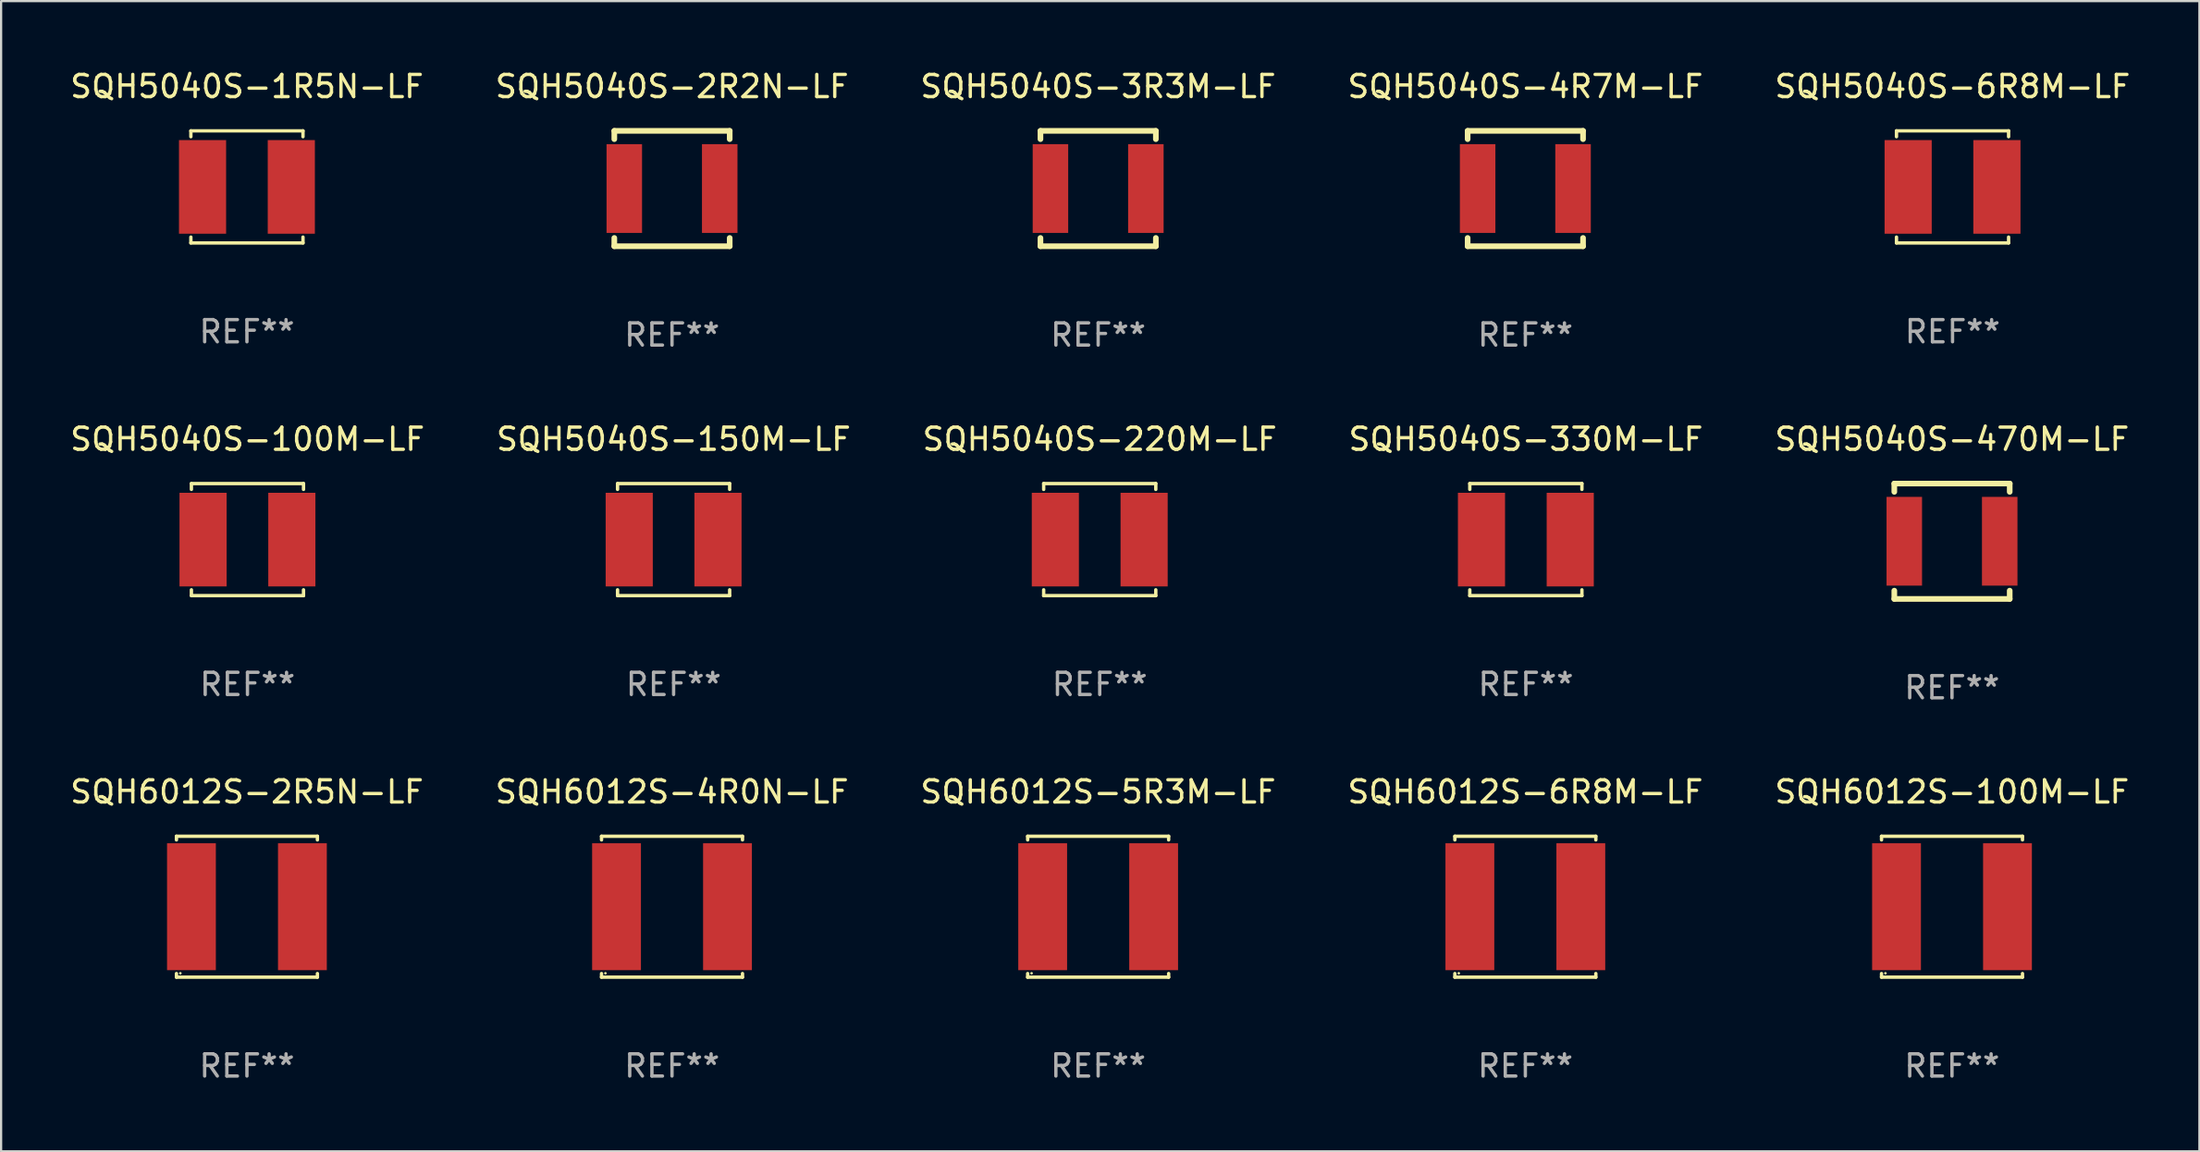
<source format=kicad_pcb>
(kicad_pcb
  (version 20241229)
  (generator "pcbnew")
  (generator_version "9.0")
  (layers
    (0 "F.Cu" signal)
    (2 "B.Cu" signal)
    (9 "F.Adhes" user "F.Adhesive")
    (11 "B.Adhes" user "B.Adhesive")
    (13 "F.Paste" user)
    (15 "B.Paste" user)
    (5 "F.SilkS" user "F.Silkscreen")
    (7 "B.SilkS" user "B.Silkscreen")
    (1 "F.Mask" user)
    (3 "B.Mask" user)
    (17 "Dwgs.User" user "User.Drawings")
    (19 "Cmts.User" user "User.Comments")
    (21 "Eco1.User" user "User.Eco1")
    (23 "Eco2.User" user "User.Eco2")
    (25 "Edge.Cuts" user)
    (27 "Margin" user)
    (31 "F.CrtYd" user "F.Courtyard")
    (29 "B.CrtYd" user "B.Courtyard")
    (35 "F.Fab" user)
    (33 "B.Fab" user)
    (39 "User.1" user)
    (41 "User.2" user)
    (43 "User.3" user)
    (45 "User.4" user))
  (footprint "SQH6012S-2R5N-LF"
    (layer "F.Cu")
    (at 8.077 37.817)
    (property "Reference" "SQH6012S-2R5N-LF" (at 0 -5.176 0) (layer "F.SilkS") (effects (font (size 1 1) (thickness 0.15))))
    (attr through_hole)
    (fp_line (start -3.176 -3.176) (end 3.176 -3.176) (stroke (width 0.152) (type solid)) (layer "F.SilkS"))
    (fp_line (start -3.176 -3.012) (end -3.176 -3.176) (stroke (width 0.152) (type solid)) (layer "F.SilkS"))
    (fp_line (start -3.176 3.012) (end -3.176 3.176) (stroke (width 0.152) (type solid)) (layer "F.SilkS"))
    (fp_line (start -3.176 3.176) (end 3.176 3.176) (stroke (width 0.152) (type solid)) (layer "F.SilkS"))
    (fp_line (start 3.176 -3.176) (end 3.176 -3.012) (stroke (width 0.152) (type solid)) (layer "F.SilkS"))
    (fp_line (start 3.176 3.176) (end 3.176 3.012) (stroke (width 0.152) (type solid)) (layer "F.SilkS"))
    (fp_circle (center -3 3) (end -2.97 3) (stroke (width 0.06) (type solid)) (fill no) (layer "F.SilkS"))
    (fp_text user "REF**" (at 0 7.176 0) (layer "F.Fab") (effects (font (size 1 1) (thickness 0.15))))
    (pad "1" smd rect (at -2.5 0) (size 2.2 5.72) (layers "F.Cu" "F.Mask" "F.Paste"))
    (pad "2" smd rect (at 2.5 0) (size 2.2 5.72) (layers "F.Cu" "F.Mask" "F.Paste")))
  (footprint "SQH5040S-330M-LF"
    (layer "F.Cu")
    (at 65.708 21.271)
    (property "Reference" "SQH5040S-330M-LF" (at 0 -4.526 0) (layer "F.SilkS") (effects (font (size 1 1) (thickness 0.15))))
    (attr through_hole)
    (fp_line (start -2.526 -2.526) (end 2.526 -2.526) (stroke (width 0.152) (type solid)) (layer "F.SilkS"))
    (fp_line (start -2.526 -2.262) (end -2.526 -2.526) (stroke (width 0.152) (type solid)) (layer "F.SilkS"))
    (fp_line (start -2.526 2.262) (end -2.526 2.526) (stroke (width 0.152) (type solid)) (layer "F.SilkS"))
    (fp_line (start -2.526 2.526) (end 2.526 2.526) (stroke (width 0.152) (type solid)) (layer "F.SilkS"))
    (fp_line (start 2.526 -2.526) (end 2.526 -2.262) (stroke (width 0.152) (type solid)) (layer "F.SilkS"))
    (fp_line (start 2.526 2.526) (end 2.526 2.262) (stroke (width 0.152) (type solid)) (layer "F.SilkS"))
    (fp_circle (center 2.5 -2.5) (end 2.53 -2.5) (stroke (width 0.06) (type solid)) (fill no) (layer "F.SilkS"))
    (fp_text user "REF**" (at 0 6.526 0) (layer "F.Fab") (effects (font (size 1 1) (thickness 0.15))))
    (pad "1" smd rect (at 2 0) (size 2.124 4.22) (layers "F.Cu" "F.Mask" "F.Paste"))
    (pad "2" smd rect (at -2 0) (size 2.124 4.22) (layers "F.Cu" "F.Mask" "F.Paste")))
  (footprint "SQH5040S-4R7M-LF"
    (layer "F.Cu")
    (at 65.685 5.448)
    (property "Reference" "SQH5040S-4R7M-LF" (at 0 -4.6 0) (layer "F.SilkS") (effects (font (size 1 1) (thickness 0.15))))
    (attr through_hole)
    (fp_line (start -2.6 -2.6) (end -2.6 -2.226) (stroke (width 0.254) (type solid)) (layer "F.SilkS"))
    (fp_line (start -2.6 -2.6) (end 2.6 -2.6) (stroke (width 0.254) (type solid)) (layer "F.SilkS"))
    (fp_line (start -2.6 2.226) (end -2.6 2.6) (stroke (width 0.254) (type solid)) (layer "F.SilkS"))
    (fp_line (start -2.6 2.6) (end 2.6 2.6) (stroke (width 0.254) (type solid)) (layer "F.SilkS"))
    (fp_line (start 2.6 -2.226) (end 2.6 -2.6) (stroke (width 0.254) (type solid)) (layer "F.SilkS"))
    (fp_line (start 2.6 2.6) (end 2.6 2.226) (stroke (width 0.254) (type solid)) (layer "F.SilkS"))
    (fp_circle (center -2.61 -2.604) (end -2.58 -2.604) (stroke (width 0.06) (type solid)) (fill no) (layer "F.SilkS"))
    (fp_text user "REF**" (at 0 6.6 0) (layer "F.Fab") (effects (font (size 1 1) (thickness 0.15))))
    (pad "1" smd rect (at -2.15 0) (size 1.6 4) (layers "F.Cu" "F.Mask" "F.Paste"))
    (pad "2" smd rect (at 2.15 0) (size 1.6 4) (layers "F.Cu" "F.Mask" "F.Paste")))
  (footprint "SQH5040S-3R3M-LF"
    (layer "F.Cu")
    (at 46.435 5.448)
    (property "Reference" "SQH5040S-3R3M-LF" (at 0 -4.6 0) (layer "F.SilkS") (effects (font (size 1 1) (thickness 0.15))))
    (attr through_hole)
    (fp_line (start -2.6 -2.6) (end -2.6 -2.226) (stroke (width 0.254) (type solid)) (layer "F.SilkS"))
    (fp_line (start -2.6 -2.6) (end 2.6 -2.6) (stroke (width 0.254) (type solid)) (layer "F.SilkS"))
    (fp_line (start -2.6 2.226) (end -2.6 2.6) (stroke (width 0.254) (type solid)) (layer "F.SilkS"))
    (fp_line (start -2.6 2.6) (end 2.6 2.6) (stroke (width 0.254) (type solid)) (layer "F.SilkS"))
    (fp_line (start 2.6 -2.226) (end 2.6 -2.6) (stroke (width 0.254) (type solid)) (layer "F.SilkS"))
    (fp_line (start 2.6 2.6) (end 2.6 2.226) (stroke (width 0.254) (type solid)) (layer "F.SilkS"))
    (fp_circle (center -2.61 -2.604) (end -2.58 -2.604) (stroke (width 0.06) (type solid)) (fill no) (layer "F.SilkS"))
    (fp_text user "REF**" (at 0 6.6 0) (layer "F.Fab") (effects (font (size 1 1) (thickness 0.15))))
    (pad "1" smd rect (at -2.15 0) (size 1.6 4) (layers "F.Cu" "F.Mask" "F.Paste"))
    (pad "2" smd rect (at 2.15 0) (size 1.6 4) (layers "F.Cu" "F.Mask" "F.Paste")))
  (footprint "SQH6012S-6R8M-LF"
    (layer "F.Cu")
    (at 65.685 37.817)
    (property "Reference" "SQH6012S-6R8M-LF" (at 0 -5.176 0) (layer "F.SilkS") (effects (font (size 1 1) (thickness 0.15))))
    (attr through_hole)
    (fp_line (start -3.176 -3.176) (end 3.176 -3.176) (stroke (width 0.152) (type solid)) (layer "F.SilkS"))
    (fp_line (start -3.176 -3.012) (end -3.176 -3.176) (stroke (width 0.152) (type solid)) (layer "F.SilkS"))
    (fp_line (start -3.176 3.012) (end -3.176 3.176) (stroke (width 0.152) (type solid)) (layer "F.SilkS"))
    (fp_line (start -3.176 3.176) (end 3.176 3.176) (stroke (width 0.152) (type solid)) (layer "F.SilkS"))
    (fp_line (start 3.176 -3.176) (end 3.176 -3.012) (stroke (width 0.152) (type solid)) (layer "F.SilkS"))
    (fp_line (start 3.176 3.176) (end 3.176 3.012) (stroke (width 0.152) (type solid)) (layer "F.SilkS"))
    (fp_circle (center -3 3) (end -2.97 3) (stroke (width 0.06) (type solid)) (fill no) (layer "F.SilkS"))
    (fp_text user "REF**" (at 0 7.176 0) (layer "F.Fab") (effects (font (size 1 1) (thickness 0.15))))
    (pad "1" smd rect (at -2.5 0) (size 2.2 5.72) (layers "F.Cu" "F.Mask" "F.Paste"))
    (pad "2" smd rect (at 2.5 0) (size 2.2 5.72) (layers "F.Cu" "F.Mask" "F.Paste")))
  (footprint "SQH5040S-470M-LF"
    (layer "F.Cu")
    (at 84.911 21.345)
    (property "Reference" "SQH5040S-470M-LF" (at 0 -4.6 0) (layer "F.SilkS") (effects (font (size 1 1) (thickness 0.15))))
    (attr through_hole)
    (fp_line (start -2.6 -2.6) (end -2.6 -2.226) (stroke (width 0.254) (type solid)) (layer "F.SilkS"))
    (fp_line (start -2.6 -2.6) (end 2.6 -2.6) (stroke (width 0.254) (type solid)) (layer "F.SilkS"))
    (fp_line (start -2.6 2.226) (end -2.6 2.6) (stroke (width 0.254) (type solid)) (layer "F.SilkS"))
    (fp_line (start -2.6 2.6) (end 2.6 2.6) (stroke (width 0.254) (type solid)) (layer "F.SilkS"))
    (fp_line (start 2.6 -2.226) (end 2.6 -2.6) (stroke (width 0.254) (type solid)) (layer "F.SilkS"))
    (fp_line (start 2.6 2.6) (end 2.6 2.226) (stroke (width 0.254) (type solid)) (layer "F.SilkS"))
    (fp_circle (center -2.61 -2.604) (end -2.58 -2.604) (stroke (width 0.06) (type solid)) (fill no) (layer "F.SilkS"))
    (fp_text user "REF**" (at 0 6.6 0) (layer "F.Fab") (effects (font (size 1 1) (thickness 0.15))))
    (pad "1" smd rect (at -2.15 0) (size 1.6 4) (layers "F.Cu" "F.Mask" "F.Paste"))
    (pad "2" smd rect (at 2.15 0) (size 1.6 4) (layers "F.Cu" "F.Mask" "F.Paste")))
  (footprint "SQH5040S-220M-LF"
    (layer "F.Cu")
    (at 46.506 21.271)
    (property "Reference" "SQH5040S-220M-LF" (at 0 -4.526 0) (layer "F.SilkS") (effects (font (size 1 1) (thickness 0.15))))
    (attr through_hole)
    (fp_line (start -2.526 -2.526) (end 2.526 -2.526) (stroke (width 0.152) (type solid)) (layer "F.SilkS"))
    (fp_line (start -2.526 -2.262) (end -2.526 -2.526) (stroke (width 0.152) (type solid)) (layer "F.SilkS"))
    (fp_line (start -2.526 2.262) (end -2.526 2.526) (stroke (width 0.152) (type solid)) (layer "F.SilkS"))
    (fp_line (start -2.526 2.526) (end 2.526 2.526) (stroke (width 0.152) (type solid)) (layer "F.SilkS"))
    (fp_line (start 2.526 -2.526) (end 2.526 -2.262) (stroke (width 0.152) (type solid)) (layer "F.SilkS"))
    (fp_line (start 2.526 2.526) (end 2.526 2.262) (stroke (width 0.152) (type solid)) (layer "F.SilkS"))
    (fp_circle (center 2.5 -2.5) (end 2.53 -2.5) (stroke (width 0.06) (type solid)) (fill no) (layer "F.SilkS"))
    (fp_text user "REF**" (at 0 6.526 0) (layer "F.Fab") (effects (font (size 1 1) (thickness 0.15))))
    (pad "1" smd rect (at 2 0) (size 2.124 4.22) (layers "F.Cu" "F.Mask" "F.Paste"))
    (pad "2" smd rect (at -2 0) (size 2.124 4.22) (layers "F.Cu" "F.Mask" "F.Paste")))
  (footprint "SQH6012S-5R3M-LF"
    (layer "F.Cu")
    (at 46.435 37.817)
    (property "Reference" "SQH6012S-5R3M-LF" (at 0 -5.176 0) (layer "F.SilkS") (effects (font (size 1 1) (thickness 0.15))))
    (attr through_hole)
    (fp_line (start -3.176 -3.176) (end 3.176 -3.176) (stroke (width 0.152) (type solid)) (layer "F.SilkS"))
    (fp_line (start -3.176 -3.012) (end -3.176 -3.176) (stroke (width 0.152) (type solid)) (layer "F.SilkS"))
    (fp_line (start -3.176 3.012) (end -3.176 3.176) (stroke (width 0.152) (type solid)) (layer "F.SilkS"))
    (fp_line (start -3.176 3.176) (end 3.176 3.176) (stroke (width 0.152) (type solid)) (layer "F.SilkS"))
    (fp_line (start 3.176 -3.176) (end 3.176 -3.012) (stroke (width 0.152) (type solid)) (layer "F.SilkS"))
    (fp_line (start 3.176 3.176) (end 3.176 3.012) (stroke (width 0.152) (type solid)) (layer "F.SilkS"))
    (fp_circle (center -3 3) (end -2.97 3) (stroke (width 0.06) (type solid)) (fill no) (layer "F.SilkS"))
    (fp_text user "REF**" (at 0 7.176 0) (layer "F.Fab") (effects (font (size 1 1) (thickness 0.15))))
    (pad "1" smd rect (at -2.5 0) (size 2.2 5.72) (layers "F.Cu" "F.Mask" "F.Paste"))
    (pad "2" smd rect (at 2.5 0) (size 2.2 5.72) (layers "F.Cu" "F.Mask" "F.Paste")))
  (footprint "SQH5040S-100M-LF"
    (layer "F.Cu")
    (at 8.101 21.271)
    (property "Reference" "SQH5040S-100M-LF" (at 0 -4.526 0) (layer "F.SilkS") (effects (font (size 1 1) (thickness 0.15))))
    (attr through_hole)
    (fp_line (start -2.526 -2.526) (end 2.526 -2.526) (stroke (width 0.152) (type solid)) (layer "F.SilkS"))
    (fp_line (start -2.526 -2.262) (end -2.526 -2.526) (stroke (width 0.152) (type solid)) (layer "F.SilkS"))
    (fp_line (start -2.526 2.262) (end -2.526 2.526) (stroke (width 0.152) (type solid)) (layer "F.SilkS"))
    (fp_line (start -2.526 2.526) (end 2.526 2.526) (stroke (width 0.152) (type solid)) (layer "F.SilkS"))
    (fp_line (start 2.526 -2.526) (end 2.526 -2.262) (stroke (width 0.152) (type solid)) (layer "F.SilkS"))
    (fp_line (start 2.526 2.526) (end 2.526 2.262) (stroke (width 0.152) (type solid)) (layer "F.SilkS"))
    (fp_circle (center 2.5 -2.5) (end 2.53 -2.5) (stroke (width 0.06) (type solid)) (fill no) (layer "F.SilkS"))
    (fp_text user "REF**" (at 0 6.526 0) (layer "F.Fab") (effects (font (size 1 1) (thickness 0.15))))
    (pad "1" smd rect (at 2 0) (size 2.124 4.22) (layers "F.Cu" "F.Mask" "F.Paste"))
    (pad "2" smd rect (at -2 0) (size 2.124 4.22) (layers "F.Cu" "F.Mask" "F.Paste")))
  (footprint "SQH5040S-150M-LF"
    (layer "F.Cu")
    (at 27.304 21.271)
    (property "Reference" "SQH5040S-150M-LF" (at 0 -4.526 0) (layer "F.SilkS") (effects (font (size 1 1) (thickness 0.15))))
    (attr through_hole)
    (fp_line (start -2.526 -2.526) (end 2.526 -2.526) (stroke (width 0.152) (type solid)) (layer "F.SilkS"))
    (fp_line (start -2.526 -2.262) (end -2.526 -2.526) (stroke (width 0.152) (type solid)) (layer "F.SilkS"))
    (fp_line (start -2.526 2.262) (end -2.526 2.526) (stroke (width 0.152) (type solid)) (layer "F.SilkS"))
    (fp_line (start -2.526 2.526) (end 2.526 2.526) (stroke (width 0.152) (type solid)) (layer "F.SilkS"))
    (fp_line (start 2.526 -2.526) (end 2.526 -2.262) (stroke (width 0.152) (type solid)) (layer "F.SilkS"))
    (fp_line (start 2.526 2.526) (end 2.526 2.262) (stroke (width 0.152) (type solid)) (layer "F.SilkS"))
    (fp_circle (center 2.5 -2.5) (end 2.53 -2.5) (stroke (width 0.06) (type solid)) (fill no) (layer "F.SilkS"))
    (fp_text user "REF**" (at 0 6.526 0) (layer "F.Fab") (effects (font (size 1 1) (thickness 0.15))))
    (pad "1" smd rect (at 2 0) (size 2.124 4.22) (layers "F.Cu" "F.Mask" "F.Paste"))
    (pad "2" smd rect (at -2 0) (size 2.124 4.22) (layers "F.Cu" "F.Mask" "F.Paste")))
  (footprint "SQH5040S-1R5N-LF"
    (layer "F.Cu")
    (at 8.077 5.374)
    (property "Reference" "SQH5040S-1R5N-LF" (at 0 -4.526 0) (layer "F.SilkS") (effects (font (size 1 1) (thickness 0.15))))
    (attr through_hole)
    (fp_line (start -2.526 -2.526) (end 2.526 -2.526) (stroke (width 0.152) (type solid)) (layer "F.SilkS"))
    (fp_line (start -2.526 -2.262) (end -2.526 -2.526) (stroke (width 0.152) (type solid)) (layer "F.SilkS"))
    (fp_line (start -2.526 2.262) (end -2.526 2.526) (stroke (width 0.152) (type solid)) (layer "F.SilkS"))
    (fp_line (start -2.526 2.526) (end 2.526 2.526) (stroke (width 0.152) (type solid)) (layer "F.SilkS"))
    (fp_line (start 2.526 -2.526) (end 2.526 -2.262) (stroke (width 0.152) (type solid)) (layer "F.SilkS"))
    (fp_line (start 2.526 2.526) (end 2.526 2.262) (stroke (width 0.152) (type solid)) (layer "F.SilkS"))
    (fp_circle (center 2.5 -2.5) (end 2.53 -2.5) (stroke (width 0.06) (type solid)) (fill no) (layer "F.SilkS"))
    (fp_text user "REF**" (at 0 6.526 0) (layer "F.Fab") (effects (font (size 1 1) (thickness 0.15))))
    (pad "1" smd rect (at 2 0) (size 2.124 4.22) (layers "F.Cu" "F.Mask" "F.Paste"))
    (pad "2" smd rect (at -2 0) (size 2.124 4.22) (layers "F.Cu" "F.Mask" "F.Paste")))
  (footprint "SQH6012S-100M-LF"
    (layer "F.Cu")
    (at 84.911 37.817)
    (property "Reference" "SQH6012S-100M-LF" (at 0 -5.176 0) (layer "F.SilkS") (effects (font (size 1 1) (thickness 0.15))))
    (attr through_hole)
    (fp_line (start -3.176 -3.176) (end 3.176 -3.176) (stroke (width 0.152) (type solid)) (layer "F.SilkS"))
    (fp_line (start -3.176 -3.012) (end -3.176 -3.176) (stroke (width 0.152) (type solid)) (layer "F.SilkS"))
    (fp_line (start -3.176 3.012) (end -3.176 3.176) (stroke (width 0.152) (type solid)) (layer "F.SilkS"))
    (fp_line (start -3.176 3.176) (end 3.176 3.176) (stroke (width 0.152) (type solid)) (layer "F.SilkS"))
    (fp_line (start 3.176 -3.176) (end 3.176 -3.012) (stroke (width 0.152) (type solid)) (layer "F.SilkS"))
    (fp_line (start 3.176 3.176) (end 3.176 3.012) (stroke (width 0.152) (type solid)) (layer "F.SilkS"))
    (fp_circle (center -3 3) (end -2.97 3) (stroke (width 0.06) (type solid)) (fill no) (layer "F.SilkS"))
    (fp_text user "REF**" (at 0 7.176 0) (layer "F.Fab") (effects (font (size 1 1) (thickness 0.15))))
    (pad "1" smd rect (at -2.5 0) (size 2.2 5.72) (layers "F.Cu" "F.Mask" "F.Paste"))
    (pad "2" smd rect (at 2.5 0) (size 2.2 5.72) (layers "F.Cu" "F.Mask" "F.Paste")))
  (footprint "SQH5040S-6R8M-LF"
    (layer "F.Cu")
    (at 84.935 5.374)
    (property "Reference" "SQH5040S-6R8M-LF" (at 0 -4.526 0) (layer "F.SilkS") (effects (font (size 1 1) (thickness 0.15))))
    (attr through_hole)
    (fp_line (start -2.526 -2.526) (end 2.526 -2.526) (stroke (width 0.152) (type solid)) (layer "F.SilkS"))
    (fp_line (start -2.526 -2.262) (end -2.526 -2.526) (stroke (width 0.152) (type solid)) (layer "F.SilkS"))
    (fp_line (start -2.526 2.262) (end -2.526 2.526) (stroke (width 0.152) (type solid)) (layer "F.SilkS"))
    (fp_line (start -2.526 2.526) (end 2.526 2.526) (stroke (width 0.152) (type solid)) (layer "F.SilkS"))
    (fp_line (start 2.526 -2.526) (end 2.526 -2.262) (stroke (width 0.152) (type solid)) (layer "F.SilkS"))
    (fp_line (start 2.526 2.526) (end 2.526 2.262) (stroke (width 0.152) (type solid)) (layer "F.SilkS"))
    (fp_circle (center 2.5 -2.5) (end 2.53 -2.5) (stroke (width 0.06) (type solid)) (fill no) (layer "F.SilkS"))
    (fp_text user "REF**" (at 0 6.526 0) (layer "F.Fab") (effects (font (size 1 1) (thickness 0.15))))
    (pad "1" smd rect (at 2 0) (size 2.124 4.22) (layers "F.Cu" "F.Mask" "F.Paste"))
    (pad "2" smd rect (at -2 0) (size 2.124 4.22) (layers "F.Cu" "F.Mask" "F.Paste")))
  (footprint "SQH5040S-2R2N-LF"
    (layer "F.Cu")
    (at 27.232 5.448)
    (property "Reference" "SQH5040S-2R2N-LF" (at 0 -4.6 0) (layer "F.SilkS") (effects (font (size 1 1) (thickness 0.15))))
    (attr through_hole)
    (fp_line (start -2.6 -2.6) (end -2.6 -2.226) (stroke (width 0.254) (type solid)) (layer "F.SilkS"))
    (fp_line (start -2.6 -2.6) (end 2.6 -2.6) (stroke (width 0.254) (type solid)) (layer "F.SilkS"))
    (fp_line (start -2.6 2.226) (end -2.6 2.6) (stroke (width 0.254) (type solid)) (layer "F.SilkS"))
    (fp_line (start -2.6 2.6) (end 2.6 2.6) (stroke (width 0.254) (type solid)) (layer "F.SilkS"))
    (fp_line (start 2.6 -2.226) (end 2.6 -2.6) (stroke (width 0.254) (type solid)) (layer "F.SilkS"))
    (fp_line (start 2.6 2.6) (end 2.6 2.226) (stroke (width 0.254) (type solid)) (layer "F.SilkS"))
    (fp_circle (center -2.61 -2.604) (end -2.58 -2.604) (stroke (width 0.06) (type solid)) (fill no) (layer "F.SilkS"))
    (fp_text user "REF**" (at 0 6.6 0) (layer "F.Fab") (effects (font (size 1 1) (thickness 0.15))))
    (pad "1" smd rect (at -2.15 0) (size 1.6 4) (layers "F.Cu" "F.Mask" "F.Paste"))
    (pad "2" smd rect (at 2.15 0) (size 1.6 4) (layers "F.Cu" "F.Mask" "F.Paste")))
  (footprint "SQH6012S-4R0N-LF"
    (layer "F.Cu")
    (at 27.232 37.817)
    (property "Reference" "SQH6012S-4R0N-LF" (at 0 -5.176 0) (layer "F.SilkS") (effects (font (size 1 1) (thickness 0.15))))
    (attr through_hole)
    (fp_line (start -3.176 -3.176) (end 3.176 -3.176) (stroke (width 0.152) (type solid)) (layer "F.SilkS"))
    (fp_line (start -3.176 -3.012) (end -3.176 -3.176) (stroke (width 0.152) (type solid)) (layer "F.SilkS"))
    (fp_line (start -3.176 3.012) (end -3.176 3.176) (stroke (width 0.152) (type solid)) (layer "F.SilkS"))
    (fp_line (start -3.176 3.176) (end 3.176 3.176) (stroke (width 0.152) (type solid)) (layer "F.SilkS"))
    (fp_line (start 3.176 -3.176) (end 3.176 -3.012) (stroke (width 0.152) (type solid)) (layer "F.SilkS"))
    (fp_line (start 3.176 3.176) (end 3.176 3.012) (stroke (width 0.152) (type solid)) (layer "F.SilkS"))
    (fp_circle (center -3 3) (end -2.97 3) (stroke (width 0.06) (type solid)) (fill no) (layer "F.SilkS"))
    (fp_text user "REF**" (at 0 7.176 0) (layer "F.Fab") (effects (font (size 1 1) (thickness 0.15))))
    (pad "1" smd rect (at -2.5 0) (size 2.2 5.72) (layers "F.Cu" "F.Mask" "F.Paste"))
    (pad "2" smd rect (at 2.5 0) (size 2.2 5.72) (layers "F.Cu" "F.Mask" "F.Paste")))
  (gr_rect
    (start -3 -3)
    (end 96.06 48.842)
    (stroke (width 0.1) (type default))
    (fill no)
    (layer "Edge.Cuts")))
</source>
